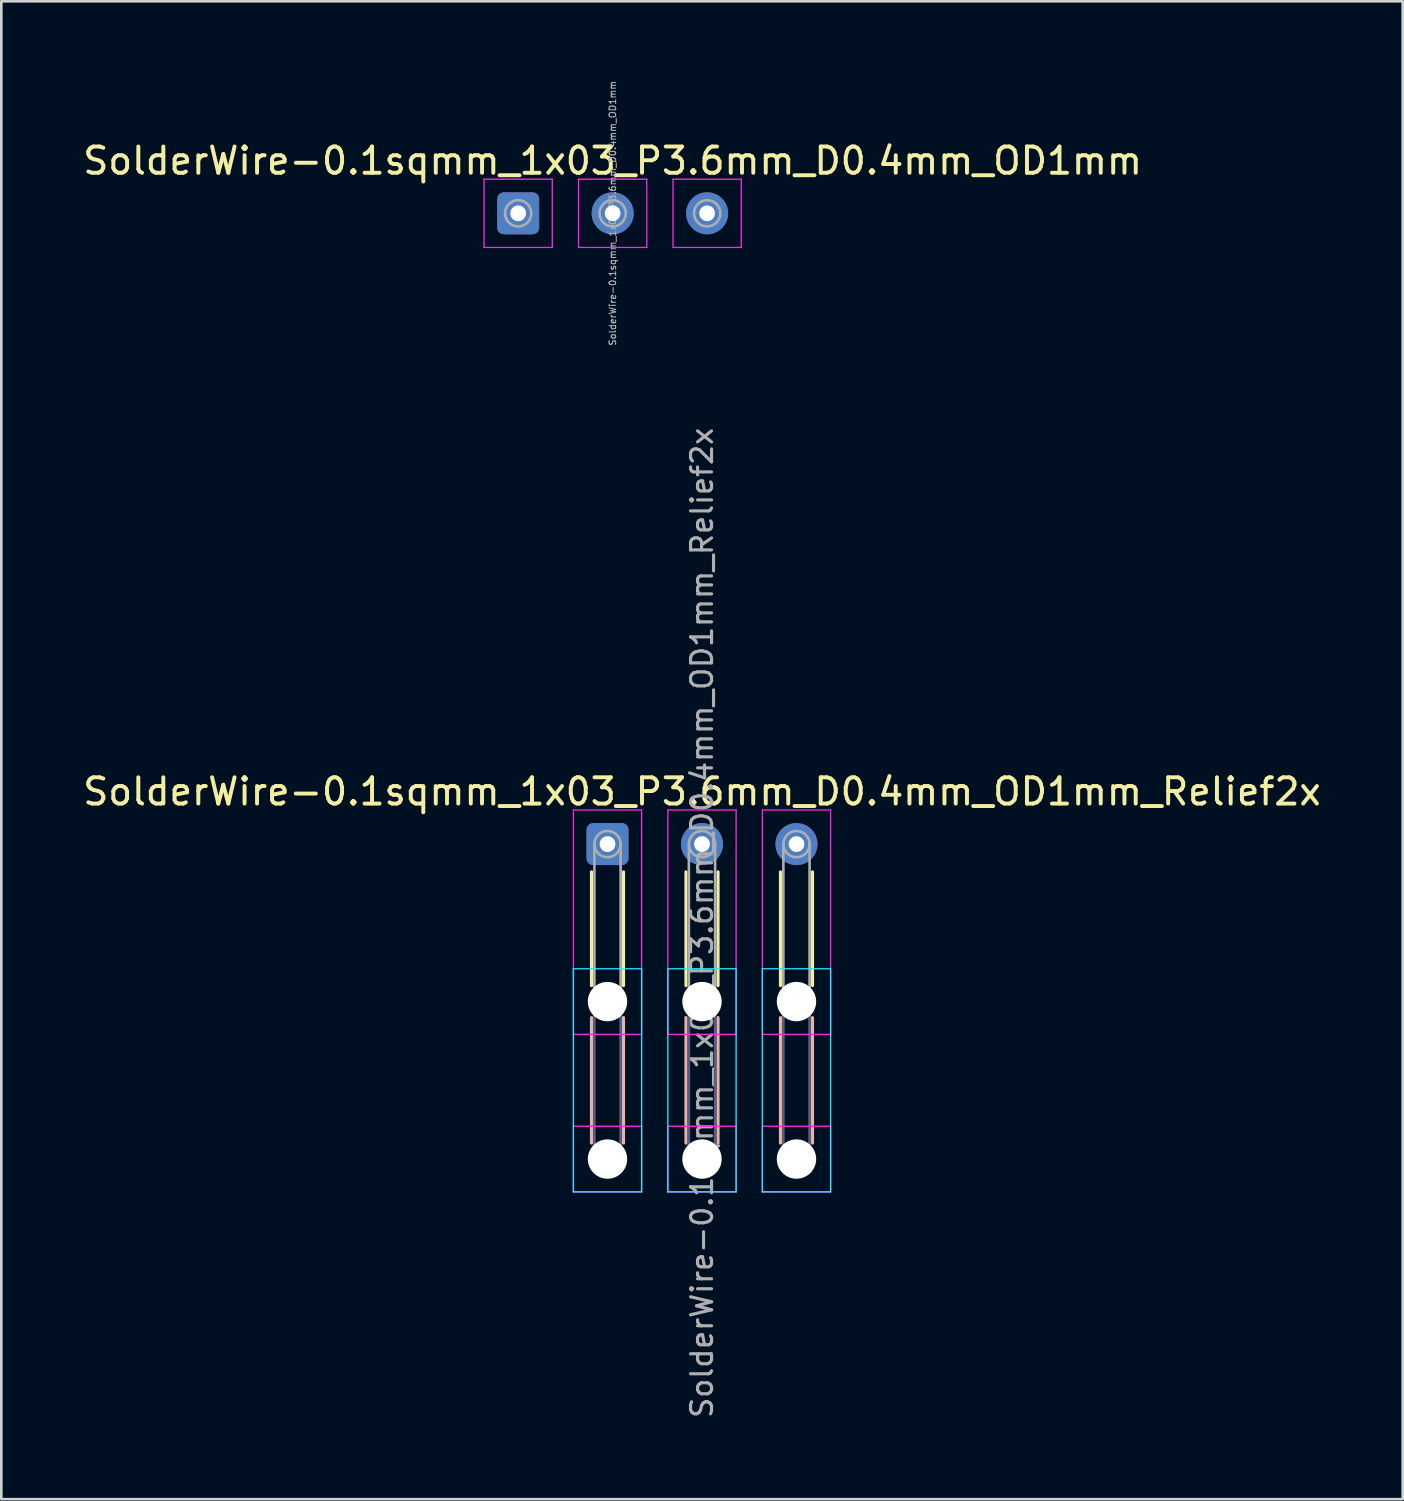
<source format=kicad_pcb>
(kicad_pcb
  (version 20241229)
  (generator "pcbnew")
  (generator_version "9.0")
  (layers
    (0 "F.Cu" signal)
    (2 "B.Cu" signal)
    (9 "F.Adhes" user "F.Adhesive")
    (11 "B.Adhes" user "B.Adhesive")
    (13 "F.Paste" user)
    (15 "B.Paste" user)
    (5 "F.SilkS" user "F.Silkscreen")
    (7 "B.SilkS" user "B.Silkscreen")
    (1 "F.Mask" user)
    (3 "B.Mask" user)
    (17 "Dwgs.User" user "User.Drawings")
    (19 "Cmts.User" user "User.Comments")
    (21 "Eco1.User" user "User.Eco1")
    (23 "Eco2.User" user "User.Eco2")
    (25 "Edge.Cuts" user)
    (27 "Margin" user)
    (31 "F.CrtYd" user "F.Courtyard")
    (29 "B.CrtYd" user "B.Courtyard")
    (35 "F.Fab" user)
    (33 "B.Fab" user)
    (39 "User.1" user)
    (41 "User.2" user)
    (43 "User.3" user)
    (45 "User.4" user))
  (footprint "SolderWire-0.1sqmm_1x03_P3.6mm_D0.4mm_OD1mm_Relief2x"
    (layer "F.Cu")
    (at 20.096 29.11)
    (property "Reference" "SolderWire-0.1sqmm_1x03_P3.6mm_D0.4mm_OD1mm_Relief2x" (at 3.6 -2 0) (layer "F.SilkS") (effects (font (size 1 1) (thickness 0.15))))
    (attr exclude_from_pos_files exclude_from_bom)
    (fp_line (start -0.61 1.06) (end -0.61 5.39) (stroke (width 0.12) (type solid)) (layer "F.SilkS"))
    (fp_line (start 0.61 1.06) (end 0.61 5.39) (stroke (width 0.12) (type solid)) (layer "F.SilkS"))
    (fp_line (start 2.99 1.06) (end 2.99 5.39) (stroke (width 0.12) (type solid)) (layer "F.SilkS"))
    (fp_line (start 4.21 1.06) (end 4.21 5.39) (stroke (width 0.12) (type solid)) (layer "F.SilkS"))
    (fp_line (start 6.59 1.06) (end 6.59 5.39) (stroke (width 0.12) (type solid)) (layer "F.SilkS"))
    (fp_line (start 7.81 1.06) (end 7.81 5.39) (stroke (width 0.12) (type solid)) (layer "F.SilkS"))
    (fp_line (start -0.61 6.61) (end -0.61 11.39) (stroke (width 0.12) (type solid)) (layer "B.SilkS"))
    (fp_line (start 0.61 6.61) (end 0.61 11.39) (stroke (width 0.12) (type solid)) (layer "B.SilkS"))
    (fp_line (start 2.99 6.61) (end 2.99 11.39) (stroke (width 0.12) (type solid)) (layer "B.SilkS"))
    (fp_line (start 4.21 6.61) (end 4.21 11.39) (stroke (width 0.12) (type solid)) (layer "B.SilkS"))
    (fp_line (start 6.59 6.61) (end 6.59 11.39) (stroke (width 0.12) (type solid)) (layer "B.SilkS"))
    (fp_line (start 7.81 6.61) (end 7.81 11.39) (stroke (width 0.12) (type solid)) (layer "B.SilkS"))
    (fp_line (start -1.3 4.75) (end -1.3 13.25) (stroke (width 0.05) (type solid)) (layer "B.CrtYd"))
    (fp_line (start -1.3 13.25) (end 1.3 13.25) (stroke (width 0.05) (type solid)) (layer "B.CrtYd"))
    (fp_line (start 1.3 4.75) (end -1.3 4.75) (stroke (width 0.05) (type solid)) (layer "B.CrtYd"))
    (fp_line (start 1.3 13.25) (end 1.3 4.75) (stroke (width 0.05) (type solid)) (layer "B.CrtYd"))
    (fp_line (start 2.3 4.75) (end 2.3 13.25) (stroke (width 0.05) (type solid)) (layer "B.CrtYd"))
    (fp_line (start 2.3 13.25) (end 4.9 13.25) (stroke (width 0.05) (type solid)) (layer "B.CrtYd"))
    (fp_line (start 4.9 4.75) (end 2.3 4.75) (stroke (width 0.05) (type solid)) (layer "B.CrtYd"))
    (fp_line (start 4.9 13.25) (end 4.9 4.75) (stroke (width 0.05) (type solid)) (layer "B.CrtYd"))
    (fp_line (start 5.9 4.75) (end 5.9 13.25) (stroke (width 0.05) (type solid)) (layer "B.CrtYd"))
    (fp_line (start 5.9 13.25) (end 8.5 13.25) (stroke (width 0.05) (type solid)) (layer "B.CrtYd"))
    (fp_line (start 8.5 4.75) (end 5.9 4.75) (stroke (width 0.05) (type solid)) (layer "B.CrtYd"))
    (fp_line (start 8.5 13.25) (end 8.5 4.75) (stroke (width 0.05) (type solid)) (layer "B.CrtYd"))
    (fp_line (start -1.3 -1.3) (end -1.3 7.25) (stroke (width 0.05) (type solid)) (layer "F.CrtYd"))
    (fp_line (start -1.3 7.25) (end 1.3 7.25) (stroke (width 0.05) (type solid)) (layer "F.CrtYd"))
    (fp_line (start -1.3 10.75) (end -1.3 13.25) (stroke (width 0.05) (type solid)) (layer "F.CrtYd"))
    (fp_line (start -1.3 13.25) (end 1.3 13.25) (stroke (width 0.05) (type solid)) (layer "F.CrtYd"))
    (fp_line (start 1.3 -1.3) (end -1.3 -1.3) (stroke (width 0.05) (type solid)) (layer "F.CrtYd"))
    (fp_line (start 1.3 7.25) (end 1.3 -1.3) (stroke (width 0.05) (type solid)) (layer "F.CrtYd"))
    (fp_line (start 1.3 10.75) (end -1.3 10.75) (stroke (width 0.05) (type solid)) (layer "F.CrtYd"))
    (fp_line (start 1.3 13.25) (end 1.3 10.75) (stroke (width 0.05) (type solid)) (layer "F.CrtYd"))
    (fp_line (start 2.3 -1.3) (end 2.3 7.25) (stroke (width 0.05) (type solid)) (layer "F.CrtYd"))
    (fp_line (start 2.3 7.25) (end 4.9 7.25) (stroke (width 0.05) (type solid)) (layer "F.CrtYd"))
    (fp_line (start 2.3 10.75) (end 2.3 13.25) (stroke (width 0.05) (type solid)) (layer "F.CrtYd"))
    (fp_line (start 2.3 13.25) (end 4.9 13.25) (stroke (width 0.05) (type solid)) (layer "F.CrtYd"))
    (fp_line (start 4.9 -1.3) (end 2.3 -1.3) (stroke (width 0.05) (type solid)) (layer "F.CrtYd"))
    (fp_line (start 4.9 7.25) (end 4.9 -1.3) (stroke (width 0.05) (type solid)) (layer "F.CrtYd"))
    (fp_line (start 4.9 10.75) (end 2.3 10.75) (stroke (width 0.05) (type solid)) (layer "F.CrtYd"))
    (fp_line (start 4.9 13.25) (end 4.9 10.75) (stroke (width 0.05) (type solid)) (layer "F.CrtYd"))
    (fp_line (start 5.9 -1.3) (end 5.9 7.25) (stroke (width 0.05) (type solid)) (layer "F.CrtYd"))
    (fp_line (start 5.9 7.25) (end 8.5 7.25) (stroke (width 0.05) (type solid)) (layer "F.CrtYd"))
    (fp_line (start 5.9 10.75) (end 5.9 13.25) (stroke (width 0.05) (type solid)) (layer "F.CrtYd"))
    (fp_line (start 5.9 13.25) (end 8.5 13.25) (stroke (width 0.05) (type solid)) (layer "F.CrtYd"))
    (fp_line (start 8.5 -1.3) (end 5.9 -1.3) (stroke (width 0.05) (type solid)) (layer "F.CrtYd"))
    (fp_line (start 8.5 7.25) (end 8.5 -1.3) (stroke (width 0.05) (type solid)) (layer "F.CrtYd"))
    (fp_line (start 8.5 10.75) (end 5.9 10.75) (stroke (width 0.05) (type solid)) (layer "F.CrtYd"))
    (fp_line (start 8.5 13.25) (end 8.5 10.75) (stroke (width 0.05) (type solid)) (layer "F.CrtYd"))
    (fp_line (start -0.5 6) (end -0.5 12) (stroke (width 0.1) (type solid)) (layer "B.Fab"))
    (fp_line (start 0.5 6) (end 0.5 12) (stroke (width 0.1) (type solid)) (layer "B.Fab"))
    (fp_line (start 3.1 6) (end 3.1 12) (stroke (width 0.1) (type solid)) (layer "B.Fab"))
    (fp_line (start 4.1 6) (end 4.1 12) (stroke (width 0.1) (type solid)) (layer "B.Fab"))
    (fp_line (start 6.7 6) (end 6.7 12) (stroke (width 0.1) (type solid)) (layer "B.Fab"))
    (fp_line (start 7.7 6) (end 7.7 12) (stroke (width 0.1) (type solid)) (layer "B.Fab"))
    (fp_circle (center 0 6) (end 0.5 6) (stroke (width 0.1) (type solid)) (fill no) (layer "B.Fab"))
    (fp_circle (center 0 12) (end 0.5 12) (stroke (width 0.1) (type solid)) (fill no) (layer "B.Fab"))
    (fp_circle (center 3.6 6) (end 4.1 6) (stroke (width 0.1) (type solid)) (fill no) (layer "B.Fab"))
    (fp_circle (center 3.6 12) (end 4.1 12) (stroke (width 0.1) (type solid)) (fill no) (layer "B.Fab"))
    (fp_circle (center 7.2 6) (end 7.7 6) (stroke (width 0.1) (type solid)) (fill no) (layer "B.Fab"))
    (fp_circle (center 7.2 12) (end 7.7 12) (stroke (width 0.1) (type solid)) (fill no) (layer "B.Fab"))
    (fp_line (start -0.5 0) (end -0.5 6) (stroke (width 0.1) (type solid)) (layer "F.Fab"))
    (fp_line (start 0.5 0) (end 0.5 6) (stroke (width 0.1) (type solid)) (layer "F.Fab"))
    (fp_line (start 3.1 0) (end 3.1 6) (stroke (width 0.1) (type solid)) (layer "F.Fab"))
    (fp_line (start 4.1 0) (end 4.1 6) (stroke (width 0.1) (type solid)) (layer "F.Fab"))
    (fp_line (start 6.7 0) (end 6.7 6) (stroke (width 0.1) (type solid)) (layer "F.Fab"))
    (fp_line (start 7.7 0) (end 7.7 6) (stroke (width 0.1) (type solid)) (layer "F.Fab"))
    (fp_circle (center 0 0) (end 0.5 0) (stroke (width 0.1) (type solid)) (fill no) (layer "F.Fab"))
    (fp_circle (center 0 6) (end 0.5 6) (stroke (width 0.1) (type solid)) (fill no) (layer "F.Fab"))
    (fp_circle (center 0 12) (end 0.5 12) (stroke (width 0.1) (type solid)) (fill no) (layer "F.Fab"))
    (fp_circle (center 3.6 0) (end 4.1 0) (stroke (width 0.1) (type solid)) (fill no) (layer "F.Fab"))
    (fp_circle (center 3.6 6) (end 4.1 6) (stroke (width 0.1) (type solid)) (fill no) (layer "F.Fab"))
    (fp_circle (center 3.6 12) (end 4.1 12) (stroke (width 0.1) (type solid)) (fill no) (layer "F.Fab"))
    (fp_circle (center 7.2 0) (end 7.7 0) (stroke (width 0.1) (type solid)) (fill no) (layer "F.Fab"))
    (fp_circle (center 7.2 6) (end 7.7 6) (stroke (width 0.1) (type solid)) (fill no) (layer "F.Fab"))
    (fp_circle (center 7.2 12) (end 7.7 12) (stroke (width 0.1) (type solid)) (fill no) (layer "F.Fab"))
    (fp_text user "${REFERENCE}" (at 3.6 3 90) (layer "F.Fab") (effects (font (size 0.8 0.8) (thickness 0.12))))
    (pad "" np_thru_hole circle (at 0 6) (size 1.5 1.5) (drill 1.5) (layers "*.Cu" "*.Mask"))
    (pad "" np_thru_hole circle (at 0 12) (size 1.5 1.5) (drill 1.5) (layers "*.Cu" "*.Mask"))
    (pad "" np_thru_hole circle (at 3.6 6) (size 1.5 1.5) (drill 1.5) (layers "*.Cu" "*.Mask"))
    (pad "" np_thru_hole circle (at 3.6 12) (size 1.5 1.5) (drill 1.5) (layers "*.Cu" "*.Mask"))
    (pad "" np_thru_hole circle (at 7.2 6) (size 1.5 1.5) (drill 1.5) (layers "*.Cu" "*.Mask"))
    (pad "" np_thru_hole circle (at 7.2 12) (size 1.5 1.5) (drill 1.5) (layers "*.Cu" "*.Mask"))
    (pad "1" thru_hole roundrect (at 0 0) (size 1.6 1.6) (drill 0.6) (layers "*.Cu" "*.Mask") (roundrect_rratio 0.156))
    (pad "2" thru_hole circle (at 3.6 0) (size 1.6 1.6) (drill 0.6) (layers "*.Cu" "*.Mask"))
    (pad "3" thru_hole circle (at 7.2 0) (size 1.6 1.6) (drill 0.6) (layers "*.Cu" "*.Mask")))
  (footprint "SolderWire-0.1sqmm_1x03_P3.6mm_D0.4mm_OD1mm"
    (layer "F.Cu")
    (at 16.692 5.077)
    (property "Reference" "SolderWire-0.1sqmm_1x03_P3.6mm_D0.4mm_OD1mm" (at 3.6 -2 0) (layer "F.SilkS") (effects (font (size 1 1) (thickness 0.15))))
    (attr exclude_from_pos_files exclude_from_bom)
    (fp_line (start -1.3 -1.3) (end -1.3 1.3) (stroke (width 0.05) (type solid)) (layer "F.CrtYd"))
    (fp_line (start -1.3 1.3) (end 1.3 1.3) (stroke (width 0.05) (type solid)) (layer "F.CrtYd"))
    (fp_line (start 1.3 -1.3) (end -1.3 -1.3) (stroke (width 0.05) (type solid)) (layer "F.CrtYd"))
    (fp_line (start 1.3 1.3) (end 1.3 -1.3) (stroke (width 0.05) (type solid)) (layer "F.CrtYd"))
    (fp_line (start 2.3 -1.3) (end 2.3 1.3) (stroke (width 0.05) (type solid)) (layer "F.CrtYd"))
    (fp_line (start 2.3 1.3) (end 4.9 1.3) (stroke (width 0.05) (type solid)) (layer "F.CrtYd"))
    (fp_line (start 4.9 -1.3) (end 2.3 -1.3) (stroke (width 0.05) (type solid)) (layer "F.CrtYd"))
    (fp_line (start 4.9 1.3) (end 4.9 -1.3) (stroke (width 0.05) (type solid)) (layer "F.CrtYd"))
    (fp_line (start 5.9 -1.3) (end 5.9 1.3) (stroke (width 0.05) (type solid)) (layer "F.CrtYd"))
    (fp_line (start 5.9 1.3) (end 8.5 1.3) (stroke (width 0.05) (type solid)) (layer "F.CrtYd"))
    (fp_line (start 8.5 -1.3) (end 5.9 -1.3) (stroke (width 0.05) (type solid)) (layer "F.CrtYd"))
    (fp_line (start 8.5 1.3) (end 8.5 -1.3) (stroke (width 0.05) (type solid)) (layer "F.CrtYd"))
    (fp_circle (center 0 0) (end 0.5 0) (stroke (width 0.1) (type solid)) (fill no) (layer "F.Fab"))
    (fp_circle (center 3.6 0) (end 4.1 0) (stroke (width 0.1) (type solid)) (fill no) (layer "F.Fab"))
    (fp_circle (center 7.2 0) (end 7.7 0) (stroke (width 0.1) (type solid)) (fill no) (layer "F.Fab"))
    (fp_text user "${REFERENCE}" (at 3.6 0 90) (layer "F.Fab") (effects (font (size 0.25 0.25) (thickness 0.04))))
    (pad "1" thru_hole roundrect (at 0 0) (size 1.6 1.6) (drill 0.6) (layers "*.Cu" "*.Mask") (roundrect_rratio 0.156))
    (pad "2" thru_hole circle (at 3.6 0) (size 1.6 1.6) (drill 0.6) (layers "*.Cu" "*.Mask"))
    (pad "3" thru_hole circle (at 7.2 0) (size 1.6 1.6) (drill 0.6) (layers "*.Cu" "*.Mask")))
  (gr_rect
    (start -3 -3)
    (end 50.393 54.068)
    (stroke (width 0.1) (type default))
    (fill no)
    (layer "Edge.Cuts")))
</source>
